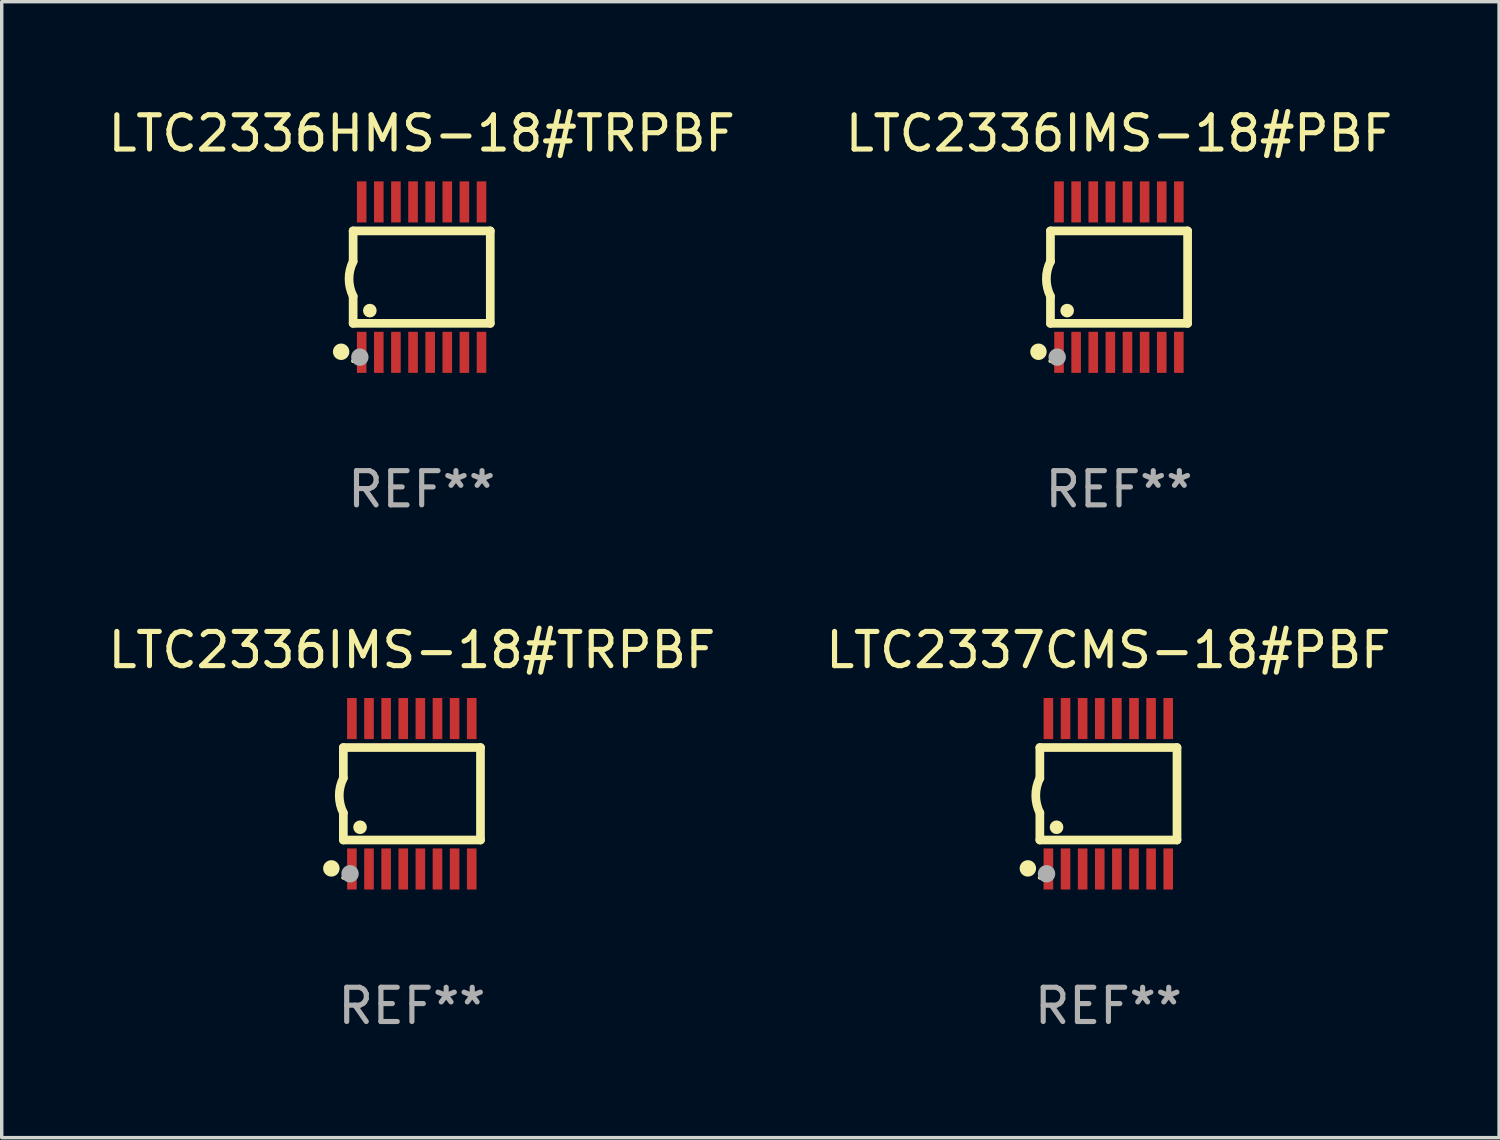
<source format=kicad_pcb>
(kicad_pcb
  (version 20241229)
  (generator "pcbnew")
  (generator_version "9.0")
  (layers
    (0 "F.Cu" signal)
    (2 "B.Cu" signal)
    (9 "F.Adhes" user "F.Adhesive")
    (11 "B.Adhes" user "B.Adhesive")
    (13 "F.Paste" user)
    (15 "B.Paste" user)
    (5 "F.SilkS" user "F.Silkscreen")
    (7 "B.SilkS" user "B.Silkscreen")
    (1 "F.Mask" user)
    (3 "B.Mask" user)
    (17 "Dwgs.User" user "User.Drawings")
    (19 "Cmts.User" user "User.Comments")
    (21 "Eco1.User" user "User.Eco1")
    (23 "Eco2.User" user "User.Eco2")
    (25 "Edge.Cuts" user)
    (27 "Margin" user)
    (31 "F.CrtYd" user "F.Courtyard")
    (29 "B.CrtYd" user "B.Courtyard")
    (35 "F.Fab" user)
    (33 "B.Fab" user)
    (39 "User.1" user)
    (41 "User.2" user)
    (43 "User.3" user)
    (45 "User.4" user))
  (footprint "LTC2336IMS-18#TRPBF"
    (layer "F.Cu")
    (at 8.982 20.136)
    (property "Reference" "LTC2336IMS-18#TRPBF" (at 0 -4.197 0) (layer "F.SilkS") (effects (font (size 1 1) (thickness 0.15))))
    (attr through_hole)
    (fp_line (start -2.003 -1.35) (end -2.003 -0.457) (stroke (width 0.254) (type solid)) (layer "F.SilkS"))
    (fp_line (start -2.003 -1.35) (end 2.003 -1.35) (stroke (width 0.254) (type solid)) (layer "F.SilkS"))
    (fp_line (start -2.003 1.35) (end -2.003 0.559) (stroke (width 0.254) (type solid)) (layer "F.SilkS"))
    (fp_line (start -2.003 1.35) (end 2.003 1.35) (stroke (width 0.254) (type solid)) (layer "F.SilkS"))
    (fp_line (start 2.003 -1.35) (end 2.003 1.35) (stroke (width 0.254) (type solid)) (layer "F.SilkS"))
    (fp_arc (start -2.002286 0.558802) (mid -2.122556 0.05092) (end -2.003302 -0.457201) (stroke (width 0.254001) (type solid)) (layer "F.SilkS"))
    (fp_circle (center -2.353 2.18) (end -2.233 2.18) (stroke (width 0.24) (type solid)) (fill no) (layer "F.SilkS"))
    (fp_circle (center -2.003 2.45) (end -1.973 2.45) (stroke (width 0.06) (type solid)) (fill no) (layer "F.SilkS"))
    (fp_circle (center -1.515 0.978) (end -1.415 0.978) (stroke (width 0.2) (type solid)) (fill no) (layer "F.SilkS"))
    (fp_circle (center -1.807 2.337) (end -1.68 2.337) (stroke (width 0.254) (type solid)) (fill no) (layer "F.Fab"))
    (fp_text user "REF**" (at 0 6.197 0) (layer "F.Fab") (effects (font (size 1 1) (thickness 0.15))))
    (pad "1" smd rect (at -1.753 2.197 90) (size 1.2 0.28) (layers "F.Cu" "F.Mask" "F.Paste"))
    (pad "2" smd rect (at -1.253 2.197 90) (size 1.2 0.28) (layers "F.Cu" "F.Mask" "F.Paste"))
    (pad "3" smd rect (at -0.753 2.197 90) (size 1.2 0.28) (layers "F.Cu" "F.Mask" "F.Paste"))
    (pad "4" smd rect (at -0.253 2.197 90) (size 1.2 0.28) (layers "F.Cu" "F.Mask" "F.Paste"))
    (pad "5" smd rect (at 0.247 2.197 90) (size 1.2 0.28) (layers "F.Cu" "F.Mask" "F.Paste"))
    (pad "6" smd rect (at 0.747 2.197 90) (size 1.2 0.28) (layers "F.Cu" "F.Mask" "F.Paste"))
    (pad "7" smd rect (at 1.247 2.197 90) (size 1.2 0.28) (layers "F.Cu" "F.Mask" "F.Paste"))
    (pad "8" smd rect (at 1.747 2.197 90) (size 1.2 0.28) (layers "F.Cu" "F.Mask" "F.Paste"))
    (pad "9" smd rect (at 1.747 -2.197 90) (size 1.2 0.28) (layers "F.Cu" "F.Mask" "F.Paste"))
    (pad "10" smd rect (at 1.247 -2.197 90) (size 1.2 0.28) (layers "F.Cu" "F.Mask" "F.Paste"))
    (pad "11" smd rect (at 0.747 -2.197 90) (size 1.2 0.28) (layers "F.Cu" "F.Mask" "F.Paste"))
    (pad "12" smd rect (at 0.247 -2.197 90) (size 1.2 0.28) (layers "F.Cu" "F.Mask" "F.Paste"))
    (pad "13" smd rect (at -0.253 -2.197 90) (size 1.2 0.28) (layers "F.Cu" "F.Mask" "F.Paste"))
    (pad "14" smd rect (at -0.753 -2.197 90) (size 1.2 0.28) (layers "F.Cu" "F.Mask" "F.Paste"))
    (pad "15" smd rect (at -1.253 -2.197 90) (size 1.2 0.28) (layers "F.Cu" "F.Mask" "F.Paste"))
    (pad "16" smd rect (at -1.753 -2.197 90) (size 1.2 0.28) (layers "F.Cu" "F.Mask" "F.Paste")))
  (footprint "LTC2337CMS-18#PBF"
    (layer "F.Cu")
    (at 29.327 20.136)
    (property "Reference" "LTC2337CMS-18#PBF" (at 0 -4.197 0) (layer "F.SilkS") (effects (font (size 1 1) (thickness 0.15))))
    (attr through_hole)
    (fp_line (start -2.003 -1.35) (end -2.003 -0.457) (stroke (width 0.254) (type solid)) (layer "F.SilkS"))
    (fp_line (start -2.003 -1.35) (end 2.003 -1.35) (stroke (width 0.254) (type solid)) (layer "F.SilkS"))
    (fp_line (start -2.003 1.35) (end -2.003 0.559) (stroke (width 0.254) (type solid)) (layer "F.SilkS"))
    (fp_line (start -2.003 1.35) (end 2.003 1.35) (stroke (width 0.254) (type solid)) (layer "F.SilkS"))
    (fp_line (start 2.003 -1.35) (end 2.003 1.35) (stroke (width 0.254) (type solid)) (layer "F.SilkS"))
    (fp_arc (start -2.002286 0.558802) (mid -2.122556 0.05092) (end -2.003302 -0.457201) (stroke (width 0.254001) (type solid)) (layer "F.SilkS"))
    (fp_circle (center -2.353 2.18) (end -2.233 2.18) (stroke (width 0.24) (type solid)) (fill no) (layer "F.SilkS"))
    (fp_circle (center -2.003 2.45) (end -1.973 2.45) (stroke (width 0.06) (type solid)) (fill no) (layer "F.SilkS"))
    (fp_circle (center -1.515 0.978) (end -1.415 0.978) (stroke (width 0.2) (type solid)) (fill no) (layer "F.SilkS"))
    (fp_circle (center -1.807 2.337) (end -1.68 2.337) (stroke (width 0.254) (type solid)) (fill no) (layer "F.Fab"))
    (fp_text user "REF**" (at 0 6.197 0) (layer "F.Fab") (effects (font (size 1 1) (thickness 0.15))))
    (pad "1" smd rect (at -1.753 2.197 90) (size 1.2 0.28) (layers "F.Cu" "F.Mask" "F.Paste"))
    (pad "2" smd rect (at -1.253 2.197 90) (size 1.2 0.28) (layers "F.Cu" "F.Mask" "F.Paste"))
    (pad "3" smd rect (at -0.753 2.197 90) (size 1.2 0.28) (layers "F.Cu" "F.Mask" "F.Paste"))
    (pad "4" smd rect (at -0.253 2.197 90) (size 1.2 0.28) (layers "F.Cu" "F.Mask" "F.Paste"))
    (pad "5" smd rect (at 0.247 2.197 90) (size 1.2 0.28) (layers "F.Cu" "F.Mask" "F.Paste"))
    (pad "6" smd rect (at 0.747 2.197 90) (size 1.2 0.28) (layers "F.Cu" "F.Mask" "F.Paste"))
    (pad "7" smd rect (at 1.247 2.197 90) (size 1.2 0.28) (layers "F.Cu" "F.Mask" "F.Paste"))
    (pad "8" smd rect (at 1.747 2.197 90) (size 1.2 0.28) (layers "F.Cu" "F.Mask" "F.Paste"))
    (pad "9" smd rect (at 1.747 -2.197 90) (size 1.2 0.28) (layers "F.Cu" "F.Mask" "F.Paste"))
    (pad "10" smd rect (at 1.247 -2.197 90) (size 1.2 0.28) (layers "F.Cu" "F.Mask" "F.Paste"))
    (pad "11" smd rect (at 0.747 -2.197 90) (size 1.2 0.28) (layers "F.Cu" "F.Mask" "F.Paste"))
    (pad "12" smd rect (at 0.247 -2.197 90) (size 1.2 0.28) (layers "F.Cu" "F.Mask" "F.Paste"))
    (pad "13" smd rect (at -0.253 -2.197 90) (size 1.2 0.28) (layers "F.Cu" "F.Mask" "F.Paste"))
    (pad "14" smd rect (at -0.753 -2.197 90) (size 1.2 0.28) (layers "F.Cu" "F.Mask" "F.Paste"))
    (pad "15" smd rect (at -1.253 -2.197 90) (size 1.2 0.28) (layers "F.Cu" "F.Mask" "F.Paste"))
    (pad "16" smd rect (at -1.753 -2.197 90) (size 1.2 0.28) (layers "F.Cu" "F.Mask" "F.Paste")))
  (footprint "LTC2336IMS-18#PBF"
    (layer "F.Cu")
    (at 29.637 5.045)
    (property "Reference" "LTC2336IMS-18#PBF" (at 0 -4.197 0) (layer "F.SilkS") (effects (font (size 1 1) (thickness 0.15))))
    (attr through_hole)
    (fp_line (start -2.003 -1.35) (end -2.003 -0.457) (stroke (width 0.254) (type solid)) (layer "F.SilkS"))
    (fp_line (start -2.003 -1.35) (end 2.003 -1.35) (stroke (width 0.254) (type solid)) (layer "F.SilkS"))
    (fp_line (start -2.003 1.35) (end -2.003 0.559) (stroke (width 0.254) (type solid)) (layer "F.SilkS"))
    (fp_line (start -2.003 1.35) (end 2.003 1.35) (stroke (width 0.254) (type solid)) (layer "F.SilkS"))
    (fp_line (start 2.003 -1.35) (end 2.003 1.35) (stroke (width 0.254) (type solid)) (layer "F.SilkS"))
    (fp_arc (start -2.002286 0.558802) (mid -2.122556 0.05092) (end -2.003302 -0.457201) (stroke (width 0.254001) (type solid)) (layer "F.SilkS"))
    (fp_circle (center -2.353 2.18) (end -2.233 2.18) (stroke (width 0.24) (type solid)) (fill no) (layer "F.SilkS"))
    (fp_circle (center -2.003 2.45) (end -1.973 2.45) (stroke (width 0.06) (type solid)) (fill no) (layer "F.SilkS"))
    (fp_circle (center -1.515 0.978) (end -1.415 0.978) (stroke (width 0.2) (type solid)) (fill no) (layer "F.SilkS"))
    (fp_circle (center -1.807 2.337) (end -1.68 2.337) (stroke (width 0.254) (type solid)) (fill no) (layer "F.Fab"))
    (fp_text user "REF**" (at 0 6.197 0) (layer "F.Fab") (effects (font (size 1 1) (thickness 0.15))))
    (pad "1" smd rect (at -1.753 2.197 90) (size 1.2 0.28) (layers "F.Cu" "F.Mask" "F.Paste"))
    (pad "2" smd rect (at -1.253 2.197 90) (size 1.2 0.28) (layers "F.Cu" "F.Mask" "F.Paste"))
    (pad "3" smd rect (at -0.753 2.197 90) (size 1.2 0.28) (layers "F.Cu" "F.Mask" "F.Paste"))
    (pad "4" smd rect (at -0.253 2.197 90) (size 1.2 0.28) (layers "F.Cu" "F.Mask" "F.Paste"))
    (pad "5" smd rect (at 0.247 2.197 90) (size 1.2 0.28) (layers "F.Cu" "F.Mask" "F.Paste"))
    (pad "6" smd rect (at 0.747 2.197 90) (size 1.2 0.28) (layers "F.Cu" "F.Mask" "F.Paste"))
    (pad "7" smd rect (at 1.247 2.197 90) (size 1.2 0.28) (layers "F.Cu" "F.Mask" "F.Paste"))
    (pad "8" smd rect (at 1.747 2.197 90) (size 1.2 0.28) (layers "F.Cu" "F.Mask" "F.Paste"))
    (pad "9" smd rect (at 1.747 -2.197 90) (size 1.2 0.28) (layers "F.Cu" "F.Mask" "F.Paste"))
    (pad "10" smd rect (at 1.247 -2.197 90) (size 1.2 0.28) (layers "F.Cu" "F.Mask" "F.Paste"))
    (pad "11" smd rect (at 0.747 -2.197 90) (size 1.2 0.28) (layers "F.Cu" "F.Mask" "F.Paste"))
    (pad "12" smd rect (at 0.247 -2.197 90) (size 1.2 0.28) (layers "F.Cu" "F.Mask" "F.Paste"))
    (pad "13" smd rect (at -0.253 -2.197 90) (size 1.2 0.28) (layers "F.Cu" "F.Mask" "F.Paste"))
    (pad "14" smd rect (at -0.753 -2.197 90) (size 1.2 0.28) (layers "F.Cu" "F.Mask" "F.Paste"))
    (pad "15" smd rect (at -1.253 -2.197 90) (size 1.2 0.28) (layers "F.Cu" "F.Mask" "F.Paste"))
    (pad "16" smd rect (at -1.753 -2.197 90) (size 1.2 0.28) (layers "F.Cu" "F.Mask" "F.Paste")))
  (footprint "LTC2336HMS-18#TRPBF"
    (layer "F.Cu")
    (at 9.268 5.045)
    (property "Reference" "LTC2336HMS-18#TRPBF" (at 0 -4.197 0) (layer "F.SilkS") (effects (font (size 1 1) (thickness 0.15))))
    (attr through_hole)
    (fp_line (start -2.003 -1.35) (end -2.003 -0.457) (stroke (width 0.254) (type solid)) (layer "F.SilkS"))
    (fp_line (start -2.003 -1.35) (end 2.003 -1.35) (stroke (width 0.254) (type solid)) (layer "F.SilkS"))
    (fp_line (start -2.003 1.35) (end -2.003 0.559) (stroke (width 0.254) (type solid)) (layer "F.SilkS"))
    (fp_line (start -2.003 1.35) (end 2.003 1.35) (stroke (width 0.254) (type solid)) (layer "F.SilkS"))
    (fp_line (start 2.003 -1.35) (end 2.003 1.35) (stroke (width 0.254) (type solid)) (layer "F.SilkS"))
    (fp_arc (start -2.002286 0.558802) (mid -2.122556 0.05092) (end -2.003302 -0.457201) (stroke (width 0.254001) (type solid)) (layer "F.SilkS"))
    (fp_circle (center -2.353 2.18) (end -2.233 2.18) (stroke (width 0.24) (type solid)) (fill no) (layer "F.SilkS"))
    (fp_circle (center -2.003 2.45) (end -1.973 2.45) (stroke (width 0.06) (type solid)) (fill no) (layer "F.SilkS"))
    (fp_circle (center -1.515 0.978) (end -1.415 0.978) (stroke (width 0.2) (type solid)) (fill no) (layer "F.SilkS"))
    (fp_circle (center -1.807 2.337) (end -1.68 2.337) (stroke (width 0.254) (type solid)) (fill no) (layer "F.Fab"))
    (fp_text user "REF**" (at 0 6.197 0) (layer "F.Fab") (effects (font (size 1 1) (thickness 0.15))))
    (pad "1" smd rect (at -1.753 2.197 90) (size 1.2 0.28) (layers "F.Cu" "F.Mask" "F.Paste"))
    (pad "2" smd rect (at -1.253 2.197 90) (size 1.2 0.28) (layers "F.Cu" "F.Mask" "F.Paste"))
    (pad "3" smd rect (at -0.753 2.197 90) (size 1.2 0.28) (layers "F.Cu" "F.Mask" "F.Paste"))
    (pad "4" smd rect (at -0.253 2.197 90) (size 1.2 0.28) (layers "F.Cu" "F.Mask" "F.Paste"))
    (pad "5" smd rect (at 0.247 2.197 90) (size 1.2 0.28) (layers "F.Cu" "F.Mask" "F.Paste"))
    (pad "6" smd rect (at 0.747 2.197 90) (size 1.2 0.28) (layers "F.Cu" "F.Mask" "F.Paste"))
    (pad "7" smd rect (at 1.247 2.197 90) (size 1.2 0.28) (layers "F.Cu" "F.Mask" "F.Paste"))
    (pad "8" smd rect (at 1.747 2.197 90) (size 1.2 0.28) (layers "F.Cu" "F.Mask" "F.Paste"))
    (pad "9" smd rect (at 1.747 -2.197 90) (size 1.2 0.28) (layers "F.Cu" "F.Mask" "F.Paste"))
    (pad "10" smd rect (at 1.247 -2.197 90) (size 1.2 0.28) (layers "F.Cu" "F.Mask" "F.Paste"))
    (pad "11" smd rect (at 0.747 -2.197 90) (size 1.2 0.28) (layers "F.Cu" "F.Mask" "F.Paste"))
    (pad "12" smd rect (at 0.247 -2.197 90) (size 1.2 0.28) (layers "F.Cu" "F.Mask" "F.Paste"))
    (pad "13" smd rect (at -0.253 -2.197 90) (size 1.2 0.28) (layers "F.Cu" "F.Mask" "F.Paste"))
    (pad "14" smd rect (at -0.753 -2.197 90) (size 1.2 0.28) (layers "F.Cu" "F.Mask" "F.Paste"))
    (pad "15" smd rect (at -1.253 -2.197 90) (size 1.2 0.28) (layers "F.Cu" "F.Mask" "F.Paste"))
    (pad "16" smd rect (at -1.753 -2.197 90) (size 1.2 0.28) (layers "F.Cu" "F.Mask" "F.Paste")))
  (gr_rect
    (start -3 -3)
    (end 40.738 30.181)
    (stroke (width 0.1) (type default))
    (fill no)
    (layer "Edge.Cuts")))
</source>
